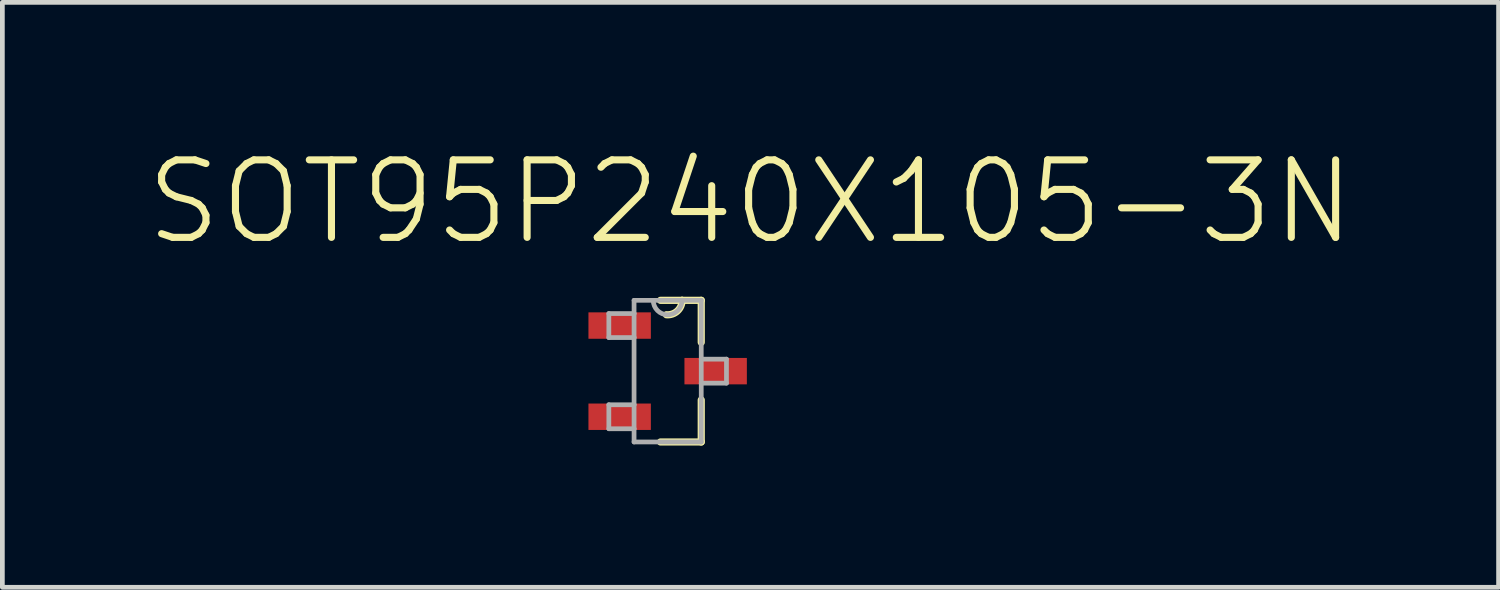
<source format=kicad_pcb>
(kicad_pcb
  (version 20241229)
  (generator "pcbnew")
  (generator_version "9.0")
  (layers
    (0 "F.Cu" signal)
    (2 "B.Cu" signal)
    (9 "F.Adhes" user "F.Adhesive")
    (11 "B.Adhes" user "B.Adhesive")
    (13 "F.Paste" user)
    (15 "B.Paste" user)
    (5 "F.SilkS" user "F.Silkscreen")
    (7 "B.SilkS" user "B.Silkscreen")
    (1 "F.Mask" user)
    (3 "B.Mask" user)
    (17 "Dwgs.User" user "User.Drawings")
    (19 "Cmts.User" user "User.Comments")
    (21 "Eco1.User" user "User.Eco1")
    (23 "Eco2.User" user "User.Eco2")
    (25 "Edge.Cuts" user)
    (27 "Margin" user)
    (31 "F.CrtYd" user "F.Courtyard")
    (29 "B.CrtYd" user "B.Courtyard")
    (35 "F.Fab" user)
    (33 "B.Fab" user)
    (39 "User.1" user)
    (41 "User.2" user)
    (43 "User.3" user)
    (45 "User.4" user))
  (footprint "SOT95P240X105-3N"
    (layer "F.Cu")
    (at 11.082 4.806)
    (property "Reference" "SOT95P240X105-3N" (at 1.753 -3.583 0) (layer "F.SilkS") (effects (font (size 1.641 1.641) (thickness 0.15))))
    (attr smd)
    (fp_line (start -0.152 1.499) (end 0.711 1.499) (stroke (width 0.152) (type solid)) (layer "F.SilkS"))
    (fp_line (start 0.305 -1.499) (end -0.152 -1.499) (stroke (width 0.152) (type solid)) (layer "F.SilkS"))
    (fp_line (start 0.711 -1.499) (end 0.305 -1.499) (stroke (width 0.152) (type solid)) (layer "F.SilkS"))
    (fp_line (start 0.711 -0.61) (end 0.711 -1.499) (stroke (width 0.152) (type solid)) (layer "F.SilkS"))
    (fp_line (start 0.711 1.499) (end 0.711 0.61) (stroke (width 0.152) (type solid)) (layer "F.SilkS"))
    (fp_arc (start 0.3048 -1.4986) (mid 0.206758 -1.273554) (end -0.0254 -1.1938) (stroke (width 0.1524) (type solid)) (layer "F.SilkS"))
    (fp_line (start -1.245 -1.219) (end -1.245 -0.711) (stroke (width 0.1) (type solid)) (layer "F.Fab"))
    (fp_line (start -1.245 -0.711) (end -0.711 -0.711) (stroke (width 0.1) (type solid)) (layer "F.Fab"))
    (fp_line (start -1.245 0.711) (end -1.245 1.219) (stroke (width 0.1) (type solid)) (layer "F.Fab"))
    (fp_line (start -1.245 1.219) (end -0.711 1.219) (stroke (width 0.1) (type solid)) (layer "F.Fab"))
    (fp_line (start -0.711 -1.499) (end -0.711 -1.219) (stroke (width 0.1) (type solid)) (layer "F.Fab"))
    (fp_line (start -0.711 -1.219) (end -1.245 -1.219) (stroke (width 0.1) (type solid)) (layer "F.Fab"))
    (fp_line (start -0.711 -1.219) (end -0.711 -0.711) (stroke (width 0.1) (type solid)) (layer "F.Fab"))
    (fp_line (start -0.711 -0.711) (end -0.711 0.711) (stroke (width 0.1) (type solid)) (layer "F.Fab"))
    (fp_line (start -0.711 0.711) (end -1.245 0.711) (stroke (width 0.1) (type solid)) (layer "F.Fab"))
    (fp_line (start -0.711 1.219) (end -0.711 0.711) (stroke (width 0.1) (type solid)) (layer "F.Fab"))
    (fp_line (start -0.711 1.499) (end -0.711 1.219) (stroke (width 0.1) (type solid)) (layer "F.Fab"))
    (fp_line (start -0.711 1.499) (end 0.711 1.499) (stroke (width 0.1) (type solid)) (layer "F.Fab"))
    (fp_line (start -0.305 -1.499) (end -0.711 -1.499) (stroke (width 0.1) (type solid)) (layer "F.Fab"))
    (fp_line (start 0.305 -1.499) (end -0.305 -1.499) (stroke (width 0.1) (type solid)) (layer "F.Fab"))
    (fp_line (start 0.711 -1.499) (end 0.305 -1.499) (stroke (width 0.1) (type solid)) (layer "F.Fab"))
    (fp_line (start 0.711 -0.254) (end 0.711 -1.499) (stroke (width 0.1) (type solid)) (layer "F.Fab"))
    (fp_line (start 0.711 0.254) (end 0.711 -0.254) (stroke (width 0.1) (type solid)) (layer "F.Fab"))
    (fp_line (start 0.711 0.254) (end 1.245 0.254) (stroke (width 0.1) (type solid)) (layer "F.Fab"))
    (fp_line (start 0.711 1.499) (end 0.711 0.254) (stroke (width 0.1) (type solid)) (layer "F.Fab"))
    (fp_line (start 1.245 -0.254) (end 0.711 -0.254) (stroke (width 0.1) (type solid)) (layer "F.Fab"))
    (fp_line (start 1.245 0.254) (end 1.245 -0.254) (stroke (width 0.1) (type solid)) (layer "F.Fab"))
    (fp_arc (start 0.3048 -1.4986) (mid 0 -1.1938) (end -0.3048 -1.4986) (stroke (width 0.1) (type solid)) (layer "F.Fab"))
    (pad "1" smd rect (at -1.016 -0.965) (size 1.321 0.559) (layers "F.Cu" "F.Mask" "F.Paste"))
    (pad "2" smd rect (at -1.016 0.965) (size 1.321 0.559) (layers "F.Cu" "F.Mask" "F.Paste"))
    (pad "3" smd rect (at 1.016 0) (size 1.321 0.559) (layers "F.Cu" "F.Mask" "F.Paste")))
  (gr_rect
    (start -3 -3)
    (end 28.67 9.381)
    (stroke (width 0.1) (type default))
    (fill no)
    (layer "Edge.Cuts")))
</source>
